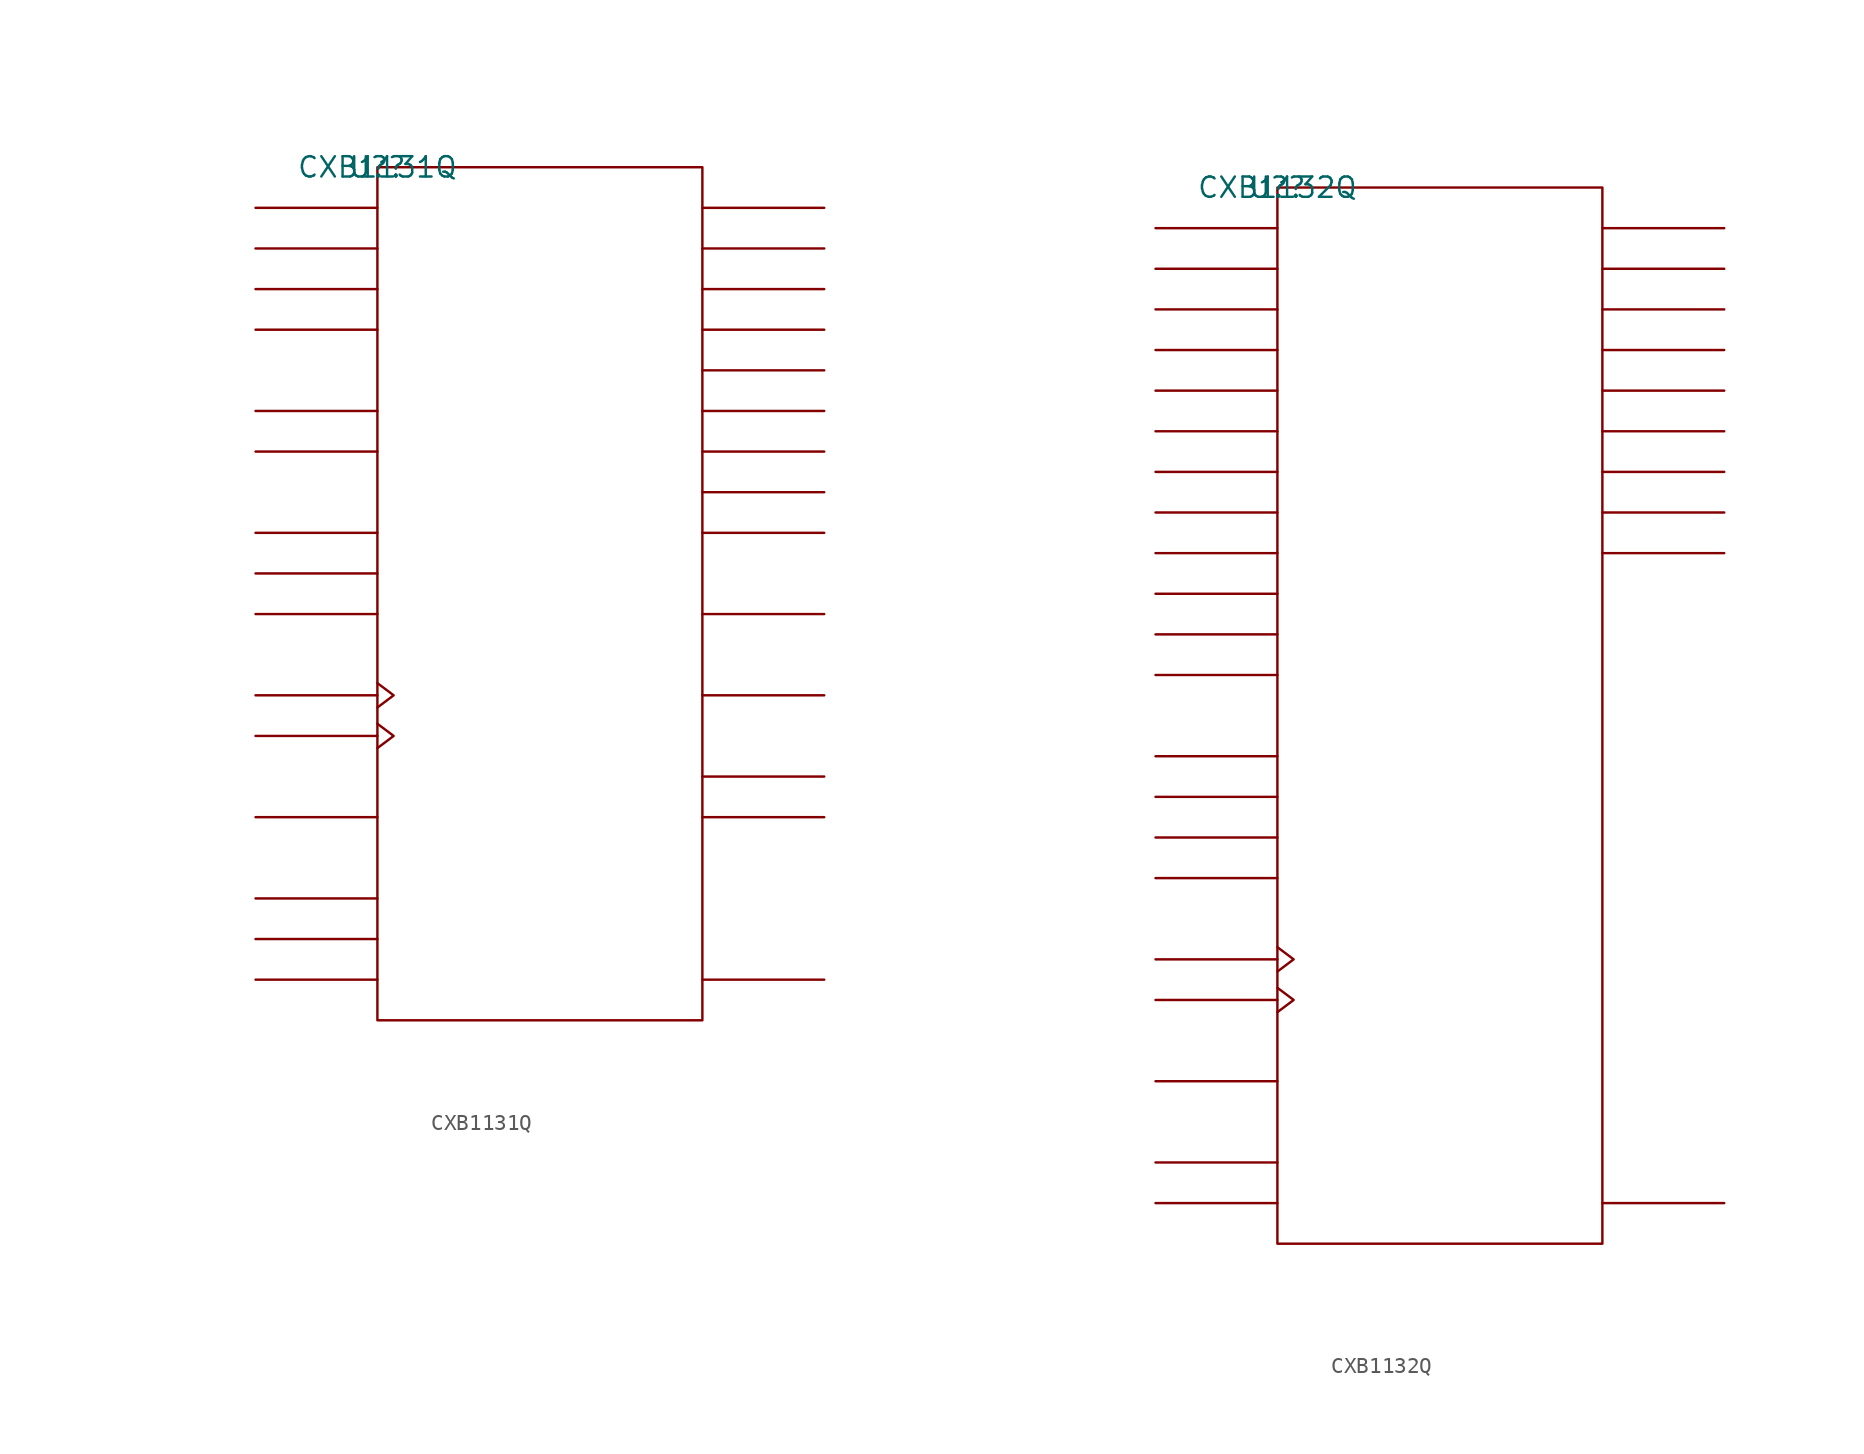
<source format=kicad_sym>
(kicad_symbol_lib
  (version 20211014)
  (generator kicad_symbol_editor)
  (symbol "CXB1131Q"
    (pin_names
      (offset 0.762))
    (property "Reference" "U?"
      (at 0 0 0)
      (effects (font (size 1.27 1.27))))
    (property "Value" "CXB1131Q"
      (at 0 0 0)
      (effects (font (size 1.27 1.27))))
    (symbol "CXB1131Q_0_1"
      (rectangle (start 0 -53.34) (end 20.32 0) (stroke (width 0) (type default) (color 0 0 0 0)) (fill (type none)))
      (polyline (pts (xy 0 -50.8) (xy -7.62 -50.8)) (stroke (width 0) (type default) (color 0 0 0 0)) (fill (type none)))
      (polyline (pts (xy 0 -48.26) (xy -7.62 -48.26)) (stroke (width 0) (type default) (color 0 0 0 0)) (fill (type none)))
      (polyline (pts (xy 0 -45.72) (xy -7.62 -45.72)) (stroke (width 0) (type default) (color 0 0 0 0)) (fill (type none)))
      (polyline (pts (xy 0 -40.64) (xy -7.62 -40.64)) (stroke (width 0) (type default) (color 0 0 0 0)) (fill (type none)))
      (polyline (pts (xy 0 -35.56) (xy -7.62 -35.56)) (stroke (width 0) (type default) (color 0 0 0 0)) (fill (type none)))
      (polyline (pts (xy 0 -33.02) (xy -7.62 -33.02)) (stroke (width 0) (type default) (color 0 0 0 0)) (fill (type none)))
      (polyline (pts (xy 0 -27.94) (xy -7.62 -27.94)) (stroke (width 0) (type default) (color 0 0 0 0)) (fill (type none)))
      (polyline (pts (xy 0 -25.4) (xy -7.62 -25.4)) (stroke (width 0) (type default) (color 0 0 0 0)) (fill (type none)))
      (polyline (pts (xy 0 -22.86) (xy -7.62 -22.86)) (stroke (width 0) (type default) (color 0 0 0 0)) (fill (type none)))
      (polyline (pts (xy 0 -17.78) (xy -7.62 -17.78)) (stroke (width 0) (type default) (color 0 0 0 0)) (fill (type none)))
      (polyline (pts (xy 0 -15.24) (xy -7.62 -15.24)) (stroke (width 0) (type default) (color 0 0 0 0)) (fill (type none)))
      (polyline (pts (xy 0 -10.16) (xy -7.62 -10.16)) (stroke (width 0) (type default) (color 0 0 0 0)) (fill (type none)))
      (polyline (pts (xy 0 -7.62) (xy -7.62 -7.62)) (stroke (width 0) (type default) (color 0 0 0 0)) (fill (type none)))
      (polyline (pts (xy 0 -5.08) (xy -7.62 -5.08)) (stroke (width 0) (type default) (color 0 0 0 0)) (fill (type none)))
      (polyline (pts (xy 0 -2.54) (xy -7.62 -2.54)) (stroke (width 0) (type default) (color 0 0 0 0)) (fill (type none)))
      (polyline (pts (xy 20.32 -50.8) (xy 27.94 -50.8)) (stroke (width 0) (type default) (color 0 0 0 0)) (fill (type none)))
      (polyline (pts (xy 20.32 -40.64) (xy 27.94 -40.64)) (stroke (width 0) (type default) (color 0 0 0 0)) (fill (type none)))
      (polyline (pts (xy 20.32 -38.1) (xy 27.94 -38.1)) (stroke (width 0) (type default) (color 0 0 0 0)) (fill (type none)))
      (polyline (pts (xy 20.32 -33.02) (xy 27.94 -33.02)) (stroke (width 0) (type default) (color 0 0 0 0)) (fill (type none)))
      (polyline (pts (xy 20.32 -27.94) (xy 27.94 -27.94)) (stroke (width 0) (type default) (color 0 0 0 0)) (fill (type none)))
      (polyline (pts (xy 20.32 -22.86) (xy 27.94 -22.86)) (stroke (width 0) (type default) (color 0 0 0 0)) (fill (type none)))
      (polyline (pts (xy 20.32 -20.32) (xy 27.94 -20.32)) (stroke (width 0) (type default) (color 0 0 0 0)) (fill (type none)))
      (polyline (pts (xy 20.32 -17.78) (xy 27.94 -17.78)) (stroke (width 0) (type default) (color 0 0 0 0)) (fill (type none)))
      (polyline (pts (xy 20.32 -15.24) (xy 27.94 -15.24)) (stroke (width 0) (type default) (color 0 0 0 0)) (fill (type none)))
      (polyline (pts (xy 20.32 -12.7) (xy 27.94 -12.7)) (stroke (width 0) (type default) (color 0 0 0 0)) (fill (type none)))
      (polyline (pts (xy 20.32 -10.16) (xy 27.94 -10.16)) (stroke (width 0) (type default) (color 0 0 0 0)) (fill (type none)))
      (polyline (pts (xy 20.32 -7.62) (xy 27.94 -7.62)) (stroke (width 0) (type default) (color 0 0 0 0)) (fill (type none)))
      (polyline (pts (xy 20.32 -5.08) (xy 27.94 -5.08)) (stroke (width 0) (type default) (color 0 0 0 0)) (fill (type none)))
      (polyline (pts (xy 20.32 -2.54) (xy 27.94 -2.54)) (stroke (width 0) (type default) (color 0 0 0 0)) (fill (type none)))
      (polyline (pts (xy 0 -34.798) (xy 1.016 -35.56) (xy 0 -36.322)) (stroke (width 0) (type default) (color 0 0 0 0)) (fill (type none)))
      (polyline (pts (xy 0 -32.258) (xy 1.016 -33.02) (xy 0 -33.782)) (stroke (width 0) (type default) (color 0 0 0 0)) (fill (type none))))
    (symbol "CXB1131Q_1_1"
      (pin unspecified line (at 27.94 -2.54 180) (length 7.62) hide (name "Q0" (effects (font (size 1.245 1.245)))) (number "1" (effects (font (size 1.245 1.245)))))
      (pin unspecified line (at -7.62 -25.4 0) (length 7.62) hide (name "ST" (effects (font (size 1.245 1.245)))) (number "10" (effects (font (size 1.245 1.245)))))
      (pin unspecified line (at -7.62 -22.86 0) (length 7.62) hide (name "LS" (effects (font (size 1.245 1.245)))) (number "11" (effects (font (size 1.245 1.245)))))
      (pin unspecified line (at -7.62 -27.94 0) (length 7.62) hide (name "EL" (effects (font (size 1.245 1.245)))) (number "12" (effects (font (size 1.245 1.245)))))
      (pin power_in line (at 5.08 0 0) (length 7.62) hide (name "VCC" (effects (font (size 1.245 1.245)))) (number "13" (effects (font (size 1.245 1.245)))))
      (pin power_in line (at -7.62 -45.72 0) (length 7.62) hide (name "VCCA" (effects (font (size 1.245 1.245)))) (number "14" (effects (font (size 1.245 1.245)))))
      (pin unspecified line (at 27.94 -40.64 180) (length 7.62) hide (name "L\\D\\" (effects (font (size 1.245 1.245)))) (number "15" (effects (font (size 1.245 1.245)))))
      (pin unspecified line (at 27.94 -38.1 180) (length 7.62) hide (name "LD" (effects (font (size 1.245 1.245)))) (number "16" (effects (font (size 1.245 1.245)))))
      (pin power_in line (at -7.62 -48.26 0) (length 7.62) hide (name "VCCA" (effects (font (size 1.245 1.245)))) (number "17" (effects (font (size 1.245 1.245)))))
      (pin unspecified line (at 27.94 -27.94 180) (length 7.62) hide (name "SOUT" (effects (font (size 1.245 1.245)))) (number "18" (effects (font (size 1.245 1.245)))))
      (pin unspecified line (at 27.94 -33.02 180) (length 7.62) hide (name "TRIG" (effects (font (size 1.245 1.245)))) (number "19" (effects (font (size 1.245 1.245)))))
      (pin unspecified line (at 27.94 -5.08 180) (length 7.62) hide (name "Q1" (effects (font (size 1.245 1.245)))) (number "2" (effects (font (size 1.245 1.245)))))
      (pin unspecified line (at -7.62 -10.16 0) (length 7.62) hide (name "D\\B\\" (effects (font (size 1.245 1.245)))) (number "20" (effects (font (size 1.245 1.245)))))
      (pin unspecified line (at -7.62 -7.62 0) (length 7.62) hide (name "DB" (effects (font (size 1.245 1.245)))) (number "21" (effects (font (size 1.245 1.245)))))
      (pin unspecified line (at -7.62 -5.08 0) (length 7.62) hide (name "D\\A\\" (effects (font (size 1.245 1.245)))) (number "22" (effects (font (size 1.245 1.245)))))
      (pin unspecified line (at -7.62 -2.54 0) (length 7.62) hide (name "DA" (effects (font (size 1.245 1.245)))) (number "23" (effects (font (size 1.245 1.245)))))
      (pin unspecified line (at -7.62 -40.64 0) (length 7.62) hide (name "VBB" (effects (font (size 1.245 1.245)))) (number "26" (effects (font (size 1.245 1.245)))))
      (pin unspecified line (at -7.62 -35.56 180) (length 7.62) hide (name "C\\" (effects (font (size 1.245 1.245)))) (number "27" (effects (font (size 1.245 1.245)))))
      (pin unspecified line (at -7.62 -33.02 180) (length 7.62) hide (name "C" (effects (font (size 1.245 1.245)))) (number "28" (effects (font (size 1.245 1.245)))))
      (pin power_in line (at 27.94 -50.8 180) (length 7.62) hide (name "VEE" (effects (font (size 1.245 1.245)))) (number "29" (effects (font (size 1.245 1.245)))))
      (pin unspecified line (at 27.94 -7.62 180) (length 7.62) hide (name "Q2" (effects (font (size 1.245 1.245)))) (number "3" (effects (font (size 1.245 1.245)))))
      (pin power_in line (at -7.62 -50.8 0) (length 7.62) hide (name "VCCA" (effects (font (size 1.245 1.245)))) (number "30" (effects (font (size 1.245 1.245)))))
      (pin unspecified line (at -7.62 -15.24 0) (length 7.62) hide (name "S1" (effects (font (size 1.245 1.245)))) (number "31" (effects (font (size 1.245 1.245)))))
      (pin unspecified line (at -7.62 -17.78 0) (length 7.62) hide (name "S2" (effects (font (size 1.245 1.245)))) (number "32" (effects (font (size 1.245 1.245)))))
      (pin unspecified line (at 27.94 -10.16 180) (length 7.62) hide (name "Q3" (effects (font (size 1.245 1.245)))) (number "4" (effects (font (size 1.245 1.245)))))
      (pin unspecified line (at 27.94 -12.7 180) (length 7.62) hide (name "Q4" (effects (font (size 1.245 1.245)))) (number "5" (effects (font (size 1.245 1.245)))))
      (pin unspecified line (at 27.94 -15.24 180) (length 7.62) hide (name "Q5" (effects (font (size 1.245 1.245)))) (number "6" (effects (font (size 1.245 1.245)))))
      (pin unspecified line (at 27.94 -17.78 180) (length 7.62) hide (name "Q6" (effects (font (size 1.245 1.245)))) (number "7" (effects (font (size 1.245 1.245)))))
      (pin unspecified line (at 27.94 -20.32 180) (length 7.62) hide (name "Q7" (effects (font (size 1.245 1.245)))) (number "8" (effects (font (size 1.245 1.245)))))
      (pin unspecified line (at 27.94 -22.86 180) (length 7.62) hide (name "Q8" (effects (font (size 1.245 1.245)))) (number "9" (effects (font (size 1.245 1.245)))))))
  (symbol "CXB1132Q"
    (pin_names
      (offset 0.762))
    (property "Reference" "U?"
      (at 0 0 0)
      (effects (font (size 1.27 1.27))))
    (property "Value" "CXB1132Q"
      (at 0 0 0)
      (effects (font (size 1.27 1.27))))
    (symbol "CXB1132Q_0_1"
      (rectangle (start 0 -66.04) (end 20.32 0) (stroke (width 0) (type default) (color 0 0 0 0)) (fill (type none)))
      (polyline (pts (xy 0 -63.5) (xy -7.62 -63.5)) (stroke (width 0) (type default) (color 0 0 0 0)) (fill (type none)))
      (polyline (pts (xy 0 -60.96) (xy -7.62 -60.96)) (stroke (width 0) (type default) (color 0 0 0 0)) (fill (type none)))
      (polyline (pts (xy 0 -55.88) (xy -7.62 -55.88)) (stroke (width 0) (type default) (color 0 0 0 0)) (fill (type none)))
      (polyline (pts (xy 0 -50.8) (xy -7.62 -50.8)) (stroke (width 0) (type default) (color 0 0 0 0)) (fill (type none)))
      (polyline (pts (xy 0 -48.26) (xy -7.62 -48.26)) (stroke (width 0) (type default) (color 0 0 0 0)) (fill (type none)))
      (polyline (pts (xy 0 -43.18) (xy -7.62 -43.18)) (stroke (width 0) (type default) (color 0 0 0 0)) (fill (type none)))
      (polyline (pts (xy 0 -40.64) (xy -7.62 -40.64)) (stroke (width 0) (type default) (color 0 0 0 0)) (fill (type none)))
      (polyline (pts (xy 0 -38.1) (xy -7.62 -38.1)) (stroke (width 0) (type default) (color 0 0 0 0)) (fill (type none)))
      (polyline (pts (xy 0 -35.56) (xy -7.62 -35.56)) (stroke (width 0) (type default) (color 0 0 0 0)) (fill (type none)))
      (polyline (pts (xy 0 -30.48) (xy -7.62 -30.48)) (stroke (width 0) (type default) (color 0 0 0 0)) (fill (type none)))
      (polyline (pts (xy 0 -27.94) (xy -7.62 -27.94)) (stroke (width 0) (type default) (color 0 0 0 0)) (fill (type none)))
      (polyline (pts (xy 0 -25.4) (xy -7.62 -25.4)) (stroke (width 0) (type default) (color 0 0 0 0)) (fill (type none)))
      (polyline (pts (xy 0 -22.86) (xy -7.62 -22.86)) (stroke (width 0) (type default) (color 0 0 0 0)) (fill (type none)))
      (polyline (pts (xy 0 -20.32) (xy -7.62 -20.32)) (stroke (width 0) (type default) (color 0 0 0 0)) (fill (type none)))
      (polyline (pts (xy 0 -17.78) (xy -7.62 -17.78)) (stroke (width 0) (type default) (color 0 0 0 0)) (fill (type none)))
      (polyline (pts (xy 0 -15.24) (xy -7.62 -15.24)) (stroke (width 0) (type default) (color 0 0 0 0)) (fill (type none)))
      (polyline (pts (xy 0 -12.7) (xy -7.62 -12.7)) (stroke (width 0) (type default) (color 0 0 0 0)) (fill (type none)))
      (polyline (pts (xy 0 -10.16) (xy -7.62 -10.16)) (stroke (width 0) (type default) (color 0 0 0 0)) (fill (type none)))
      (polyline (pts (xy 0 -7.62) (xy -7.62 -7.62)) (stroke (width 0) (type default) (color 0 0 0 0)) (fill (type none)))
      (polyline (pts (xy 0 -5.08) (xy -7.62 -5.08)) (stroke (width 0) (type default) (color 0 0 0 0)) (fill (type none)))
      (polyline (pts (xy 0 -2.54) (xy -7.62 -2.54)) (stroke (width 0) (type default) (color 0 0 0 0)) (fill (type none)))
      (polyline (pts (xy 20.32 -63.5) (xy 27.94 -63.5)) (stroke (width 0) (type default) (color 0 0 0 0)) (fill (type none)))
      (polyline (pts (xy 20.32 -22.86) (xy 27.94 -22.86)) (stroke (width 0) (type default) (color 0 0 0 0)) (fill (type none)))
      (polyline (pts (xy 20.32 -20.32) (xy 27.94 -20.32)) (stroke (width 0) (type default) (color 0 0 0 0)) (fill (type none)))
      (polyline (pts (xy 20.32 -17.78) (xy 27.94 -17.78)) (stroke (width 0) (type default) (color 0 0 0 0)) (fill (type none)))
      (polyline (pts (xy 20.32 -15.24) (xy 27.94 -15.24)) (stroke (width 0) (type default) (color 0 0 0 0)) (fill (type none)))
      (polyline (pts (xy 20.32 -12.7) (xy 27.94 -12.7)) (stroke (width 0) (type default) (color 0 0 0 0)) (fill (type none)))
      (polyline (pts (xy 20.32 -10.16) (xy 27.94 -10.16)) (stroke (width 0) (type default) (color 0 0 0 0)) (fill (type none)))
      (polyline (pts (xy 20.32 -7.62) (xy 27.94 -7.62)) (stroke (width 0) (type default) (color 0 0 0 0)) (fill (type none)))
      (polyline (pts (xy 20.32 -5.08) (xy 27.94 -5.08)) (stroke (width 0) (type default) (color 0 0 0 0)) (fill (type none)))
      (polyline (pts (xy 20.32 -2.54) (xy 27.94 -2.54)) (stroke (width 0) (type default) (color 0 0 0 0)) (fill (type none)))
      (polyline (pts (xy 0 -50.038) (xy 1.016 -50.8) (xy 0 -51.562)) (stroke (width 0) (type default) (color 0 0 0 0)) (fill (type none)))
      (polyline (pts (xy 0 -47.498) (xy 1.016 -48.26) (xy 0 -49.022)) (stroke (width 0) (type default) (color 0 0 0 0)) (fill (type none))))
    (symbol "CXB1132Q_1_1"
      (pin unspecified line (at 27.94 -2.54 180) (length 7.62) hide (name "Q0" (effects (font (size 1.245 1.245)))) (number "1" (effects (font (size 1.245 1.245)))))
      (pin unspecified line (at -7.62 -30.48 0) (length 7.62) hide (name "DL89" (effects (font (size 1.245 1.245)))) (number "10" (effects (font (size 1.245 1.245)))))
      (pin unspecified line (at -7.62 -2.54 0) (length 7.62) hide (name "DR" (effects (font (size 1.245 1.245)))) (number "11" (effects (font (size 1.245 1.245)))))
      (pin unspecified line (at -7.62 -17.78 0) (length 7.62) hide (name "DL4" (effects (font (size 1.245 1.245)))) (number "12" (effects (font (size 1.245 1.245)))))
      (pin power_in line (at 7.62 0 0) (length 7.62) hide (name "VCC" (effects (font (size 1.245 1.245)))) (number "13" (effects (font (size 1.245 1.245)))))
      (pin power_in line (at -7.62 -60.96 0) (length 7.62) hide (name "VCCA" (effects (font (size 1.245 1.245)))) (number "14" (effects (font (size 1.245 1.245)))))
      (pin unspecified line (at -7.62 -43.18 0) (length 7.62) hide (name "S4" (effects (font (size 1.245 1.245)))) (number "15" (effects (font (size 1.245 1.245)))))
      (pin unspecified line (at -7.62 -40.64 0) (length 7.62) hide (name "S3" (effects (font (size 1.245 1.245)))) (number "16" (effects (font (size 1.245 1.245)))))
      (pin unspecified line (at -7.62 -27.94 0) (length 7.62) hide (name "D8" (effects (font (size 1.245 1.245)))) (number "17" (effects (font (size 1.245 1.245)))))
      (pin unspecified line (at -7.62 -25.4 0) (length 7.62) hide (name "D7" (effects (font (size 1.245 1.245)))) (number "18" (effects (font (size 1.245 1.245)))))
      (pin unspecified line (at -7.62 -22.86 0) (length 7.62) hide (name "D6" (effects (font (size 1.245 1.245)))) (number "19" (effects (font (size 1.245 1.245)))))
      (pin unspecified line (at 27.94 -5.08 180) (length 7.62) hide (name "Q1" (effects (font (size 1.245 1.245)))) (number "2" (effects (font (size 1.245 1.245)))))
      (pin unspecified line (at -7.62 -20.32 0) (length 7.62) hide (name "D5" (effects (font (size 1.245 1.245)))) (number "20" (effects (font (size 1.245 1.245)))))
      (pin unspecified line (at -7.62 -15.24 0) (length 7.62) hide (name "D4" (effects (font (size 1.245 1.245)))) (number "21" (effects (font (size 1.245 1.245)))))
      (pin unspecified line (at -7.62 -12.7 0) (length 7.62) hide (name "D3" (effects (font (size 1.245 1.245)))) (number "22" (effects (font (size 1.245 1.245)))))
      (pin unspecified line (at -7.62 -10.16 0) (length 7.62) hide (name "D2" (effects (font (size 1.245 1.245)))) (number "23" (effects (font (size 1.245 1.245)))))
      (pin unspecified line (at -7.62 -7.62 0) (length 7.62) hide (name "D1" (effects (font (size 1.245 1.245)))) (number "24" (effects (font (size 1.245 1.245)))))
      (pin unspecified line (at -7.62 -5.08 0) (length 7.62) hide (name "D0" (effects (font (size 1.245 1.245)))) (number "25" (effects (font (size 1.245 1.245)))))
      (pin unspecified line (at -7.62 -55.88 0) (length 7.62) hide (name "VBB" (effects (font (size 1.245 1.245)))) (number "26" (effects (font (size 1.245 1.245)))))
      (pin unspecified line (at -7.62 -50.8 180) (length 7.62) hide (name "C\\" (effects (font (size 1.245 1.245)))) (number "27" (effects (font (size 1.245 1.245)))))
      (pin unspecified line (at -7.62 -48.26 180) (length 7.62) hide (name "C" (effects (font (size 1.245 1.245)))) (number "28" (effects (font (size 1.245 1.245)))))
      (pin power_in line (at 27.94 -63.5 180) (length 7.62) hide (name "VEE" (effects (font (size 1.245 1.245)))) (number "29" (effects (font (size 1.245 1.245)))))
      (pin unspecified line (at 27.94 -7.62 180) (length 7.62) hide (name "Q2" (effects (font (size 1.245 1.245)))) (number "3" (effects (font (size 1.245 1.245)))))
      (pin power_in line (at -7.62 -63.5 0) (length 7.62) hide (name "VCCA" (effects (font (size 1.245 1.245)))) (number "30" (effects (font (size 1.245 1.245)))))
      (pin unspecified line (at -7.62 -35.56 0) (length 7.62) hide (name "S1" (effects (font (size 1.245 1.245)))) (number "31" (effects (font (size 1.245 1.245)))))
      (pin unspecified line (at -7.62 -38.1 0) (length 7.62) hide (name "S2" (effects (font (size 1.245 1.245)))) (number "32" (effects (font (size 1.245 1.245)))))
      (pin unspecified line (at 27.94 -10.16 180) (length 7.62) hide (name "Q3" (effects (font (size 1.245 1.245)))) (number "4" (effects (font (size 1.245 1.245)))))
      (pin unspecified line (at 27.94 -12.7 180) (length 7.62) hide (name "Q4" (effects (font (size 1.245 1.245)))) (number "5" (effects (font (size 1.245 1.245)))))
      (pin unspecified line (at 27.94 -15.24 180) (length 7.62) hide (name "Q5" (effects (font (size 1.245 1.245)))) (number "6" (effects (font (size 1.245 1.245)))))
      (pin unspecified line (at 27.94 -17.78 180) (length 7.62) hide (name "Q6" (effects (font (size 1.245 1.245)))) (number "7" (effects (font (size 1.245 1.245)))))
      (pin unspecified line (at 27.94 -20.32 180) (length 7.62) hide (name "Q7" (effects (font (size 1.245 1.245)))) (number "8" (effects (font (size 1.245 1.245)))))
      (pin unspecified line (at 27.94 -22.86 180) (length 7.62) hide (name "Q8" (effects (font (size 1.245 1.245)))) (number "9" (effects (font (size 1.245 1.245))))))))
</source>
